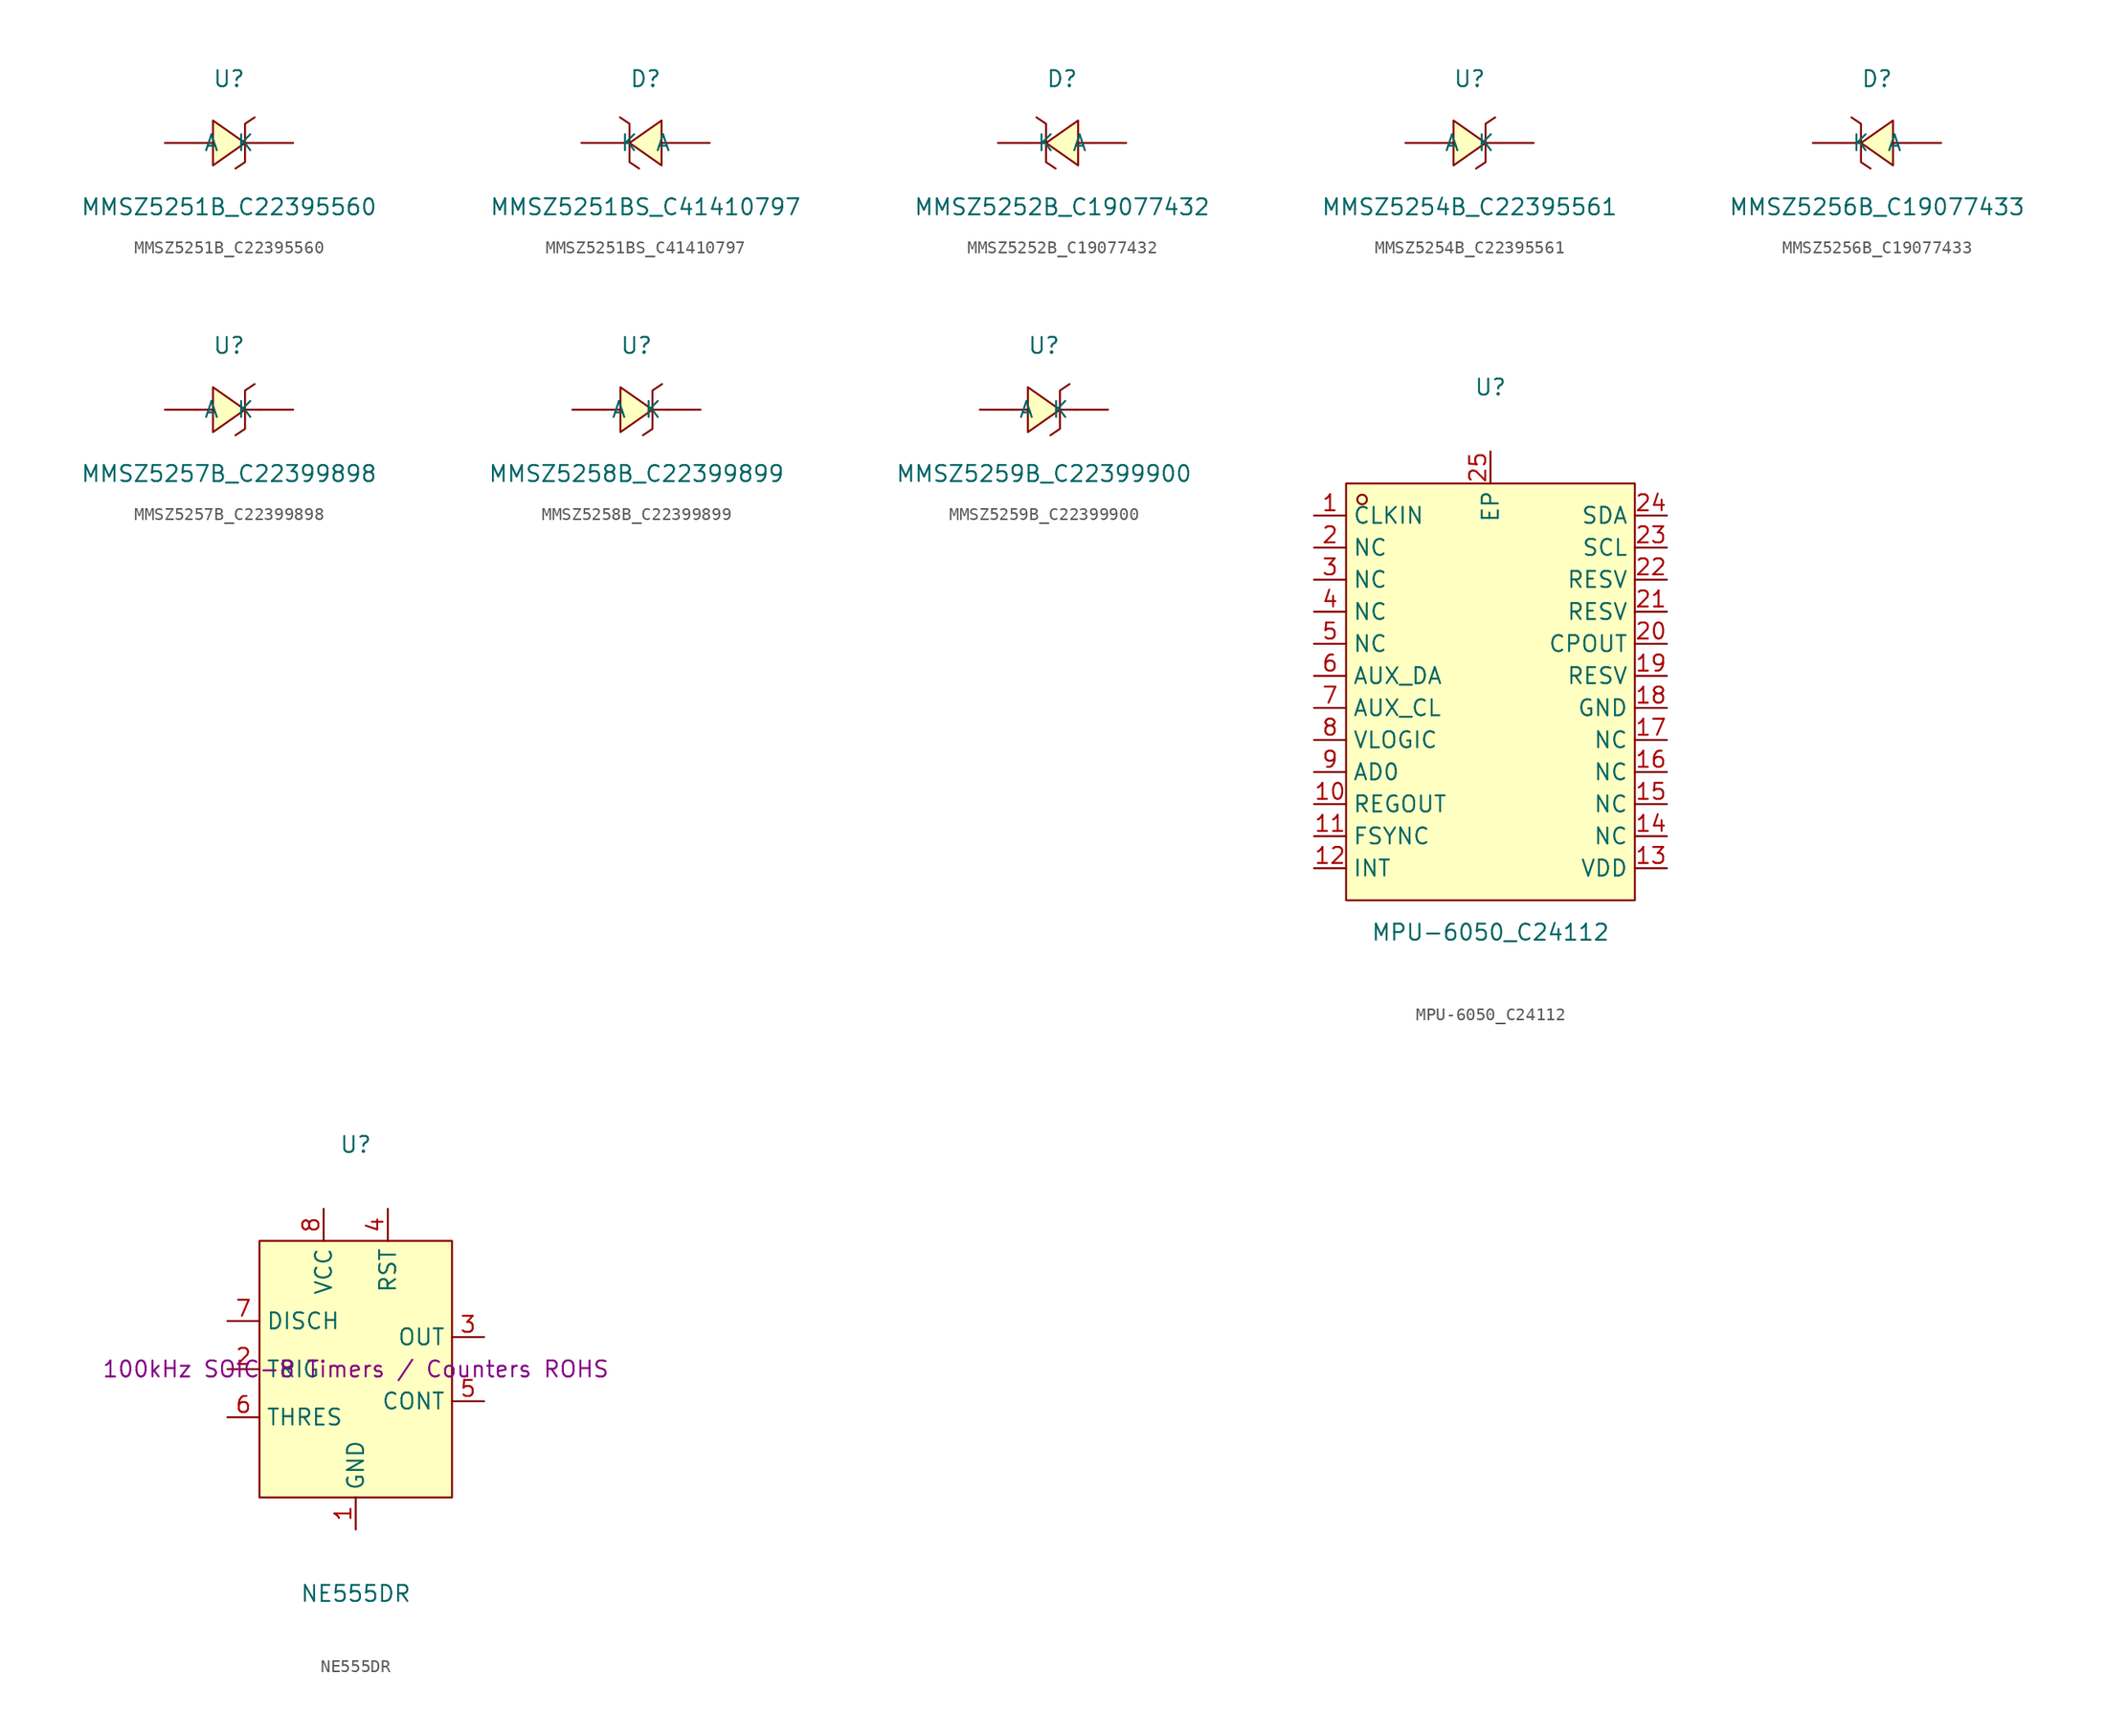
<source format=kicad_sym>
(kicad_symbol_lib
  (version 20241209)
  (generator "kicad_symbol_editor")
  (generator_version "9.0")
  (symbol "MMSZ5251B_C22395560"
    (pin_numbers
      (hide yes))
    (property "Reference" "U"
      (at 0 5.08 0)
      (effects (font (size 1.27 1.27))))
    (property "Value" "MMSZ5251B_C22395560"
      (at 0 -5.08 0)
      (effects (font (size 1.27 1.27))))
    (symbol "MMSZ5251B_C22395560_0_1"
      (polyline (pts (xy -2.54 0) (xy -1.27 0)) (stroke (width 0) (type default)) (fill (type none)))
      (polyline (pts (xy -1.27 1.78) (xy 1.27 0) (xy -1.27 -1.78) (xy -1.27 1.78)) (stroke (width 0) (type default)) (fill (type background)))
      (polyline (pts (xy 1.27 0) (xy 2.54 0)) (stroke (width 0) (type default)) (fill (type none)))
      (polyline (pts (xy 2.03 2.03) (xy 1.27 1.52) (xy 1.27 -1.52) (xy 0.51 -2.03)) (stroke (width 0) (type default)) (fill (type none)))
      (pin unspecified line (at -5.08 0 0) (length 2.54) (name "A" (effects (font (size 1.27 1.27)))) (number "1" (effects (font (size 1.27 1.27)))))
      (pin unspecified line (at 5.08 0 180) (length 2.54) (name "K" (effects (font (size 1.27 1.27)))) (number "2" (effects (font (size 1.27 1.27)))))))
  (symbol "MMSZ5251BS_C41410797"
    (pin_numbers
      (hide yes))
    (property "Reference" "D"
      (at 0 5.08 0)
      (effects (font (size 1.27 1.27))))
    (property "Value" "MMSZ5251BS_C41410797"
      (at 0 -5.08 0)
      (effects (font (size 1.27 1.27))))
    (symbol "MMSZ5251BS_C41410797_0_1"
      (polyline (pts (xy -2.03 2.03) (xy -1.27 1.52) (xy -1.27 -1.52) (xy -0.51 -2.03)) (stroke (width 0) (type default)) (fill (type none)))
      (polyline (pts (xy -1.27 0) (xy -2.54 0)) (stroke (width 0) (type default)) (fill (type none)))
      (polyline (pts (xy 1.27 1.78) (xy -1.27 0) (xy 1.27 -1.78) (xy 1.27 1.78)) (stroke (width 0) (type default)) (fill (type background)))
      (polyline (pts (xy 2.54 0) (xy 1.27 0)) (stroke (width 0) (type default)) (fill (type none)))
      (pin unspecified line (at -5.08 0 0) (length 2.54) (name "K" (effects (font (size 1.27 1.27)))) (number "1" (effects (font (size 1.27 1.27)))))
      (pin unspecified line (at 5.08 0 180) (length 2.54) (name "A" (effects (font (size 1.27 1.27)))) (number "2" (effects (font (size 1.27 1.27)))))))
  (symbol "MMSZ5252B_C19077432"
    (pin_numbers
      (hide yes))
    (property "Reference" "D"
      (at 0 5.08 0)
      (effects (font (size 1.27 1.27))))
    (property "Value" "MMSZ5252B_C19077432"
      (at 0 -5.08 0)
      (effects (font (size 1.27 1.27))))
    (symbol "MMSZ5252B_C19077432_0_1"
      (polyline (pts (xy -2.03 2.03) (xy -1.27 1.52) (xy -1.27 -1.52) (xy -0.51 -2.03)) (stroke (width 0) (type default)) (fill (type none)))
      (polyline (pts (xy -1.27 0) (xy -2.54 0)) (stroke (width 0) (type default)) (fill (type none)))
      (polyline (pts (xy 1.27 1.78) (xy -1.27 0) (xy 1.27 -1.78) (xy 1.27 1.78)) (stroke (width 0) (type default)) (fill (type background)))
      (polyline (pts (xy 2.54 0) (xy 1.27 0)) (stroke (width 0) (type default)) (fill (type none)))
      (pin unspecified line (at -5.08 0 0) (length 2.54) (name "K" (effects (font (size 1.27 1.27)))) (number "1" (effects (font (size 1.27 1.27)))))
      (pin unspecified line (at 5.08 0 180) (length 2.54) (name "A" (effects (font (size 1.27 1.27)))) (number "2" (effects (font (size 1.27 1.27)))))))
  (symbol "MMSZ5254B_C22395561"
    (pin_numbers
      (hide yes))
    (property "Reference" "U"
      (at 0 5.08 0)
      (effects (font (size 1.27 1.27))))
    (property "Value" "MMSZ5254B_C22395561"
      (at 0 -5.08 0)
      (effects (font (size 1.27 1.27))))
    (symbol "MMSZ5254B_C22395561_0_1"
      (polyline (pts (xy -2.54 0) (xy -1.27 0)) (stroke (width 0) (type default)) (fill (type none)))
      (polyline (pts (xy -1.27 1.78) (xy 1.27 0) (xy -1.27 -1.78) (xy -1.27 1.78)) (stroke (width 0) (type default)) (fill (type background)))
      (polyline (pts (xy 1.27 0) (xy 2.54 0)) (stroke (width 0) (type default)) (fill (type none)))
      (polyline (pts (xy 2.03 2.03) (xy 1.27 1.52) (xy 1.27 -1.52) (xy 0.51 -2.03)) (stroke (width 0) (type default)) (fill (type none)))
      (pin unspecified line (at -5.08 0 0) (length 2.54) (name "A" (effects (font (size 1.27 1.27)))) (number "1" (effects (font (size 1.27 1.27)))))
      (pin unspecified line (at 5.08 0 180) (length 2.54) (name "K" (effects (font (size 1.27 1.27)))) (number "2" (effects (font (size 1.27 1.27)))))))
  (symbol "MMSZ5256B_C19077433"
    (pin_numbers
      (hide yes))
    (property "Reference" "D"
      (at 0 5.08 0)
      (effects (font (size 1.27 1.27))))
    (property "Value" "MMSZ5256B_C19077433"
      (at 0 -5.08 0)
      (effects (font (size 1.27 1.27))))
    (symbol "MMSZ5256B_C19077433_0_1"
      (polyline (pts (xy -2.03 2.03) (xy -1.27 1.52) (xy -1.27 -1.52) (xy -0.51 -2.03)) (stroke (width 0) (type default)) (fill (type none)))
      (polyline (pts (xy -1.27 0) (xy -2.54 0)) (stroke (width 0) (type default)) (fill (type none)))
      (polyline (pts (xy 1.27 1.78) (xy -1.27 0) (xy 1.27 -1.78) (xy 1.27 1.78)) (stroke (width 0) (type default)) (fill (type background)))
      (polyline (pts (xy 2.54 0) (xy 1.27 0)) (stroke (width 0) (type default)) (fill (type none)))
      (pin unspecified line (at -5.08 0 0) (length 2.54) (name "K" (effects (font (size 1.27 1.27)))) (number "1" (effects (font (size 1.27 1.27)))))
      (pin unspecified line (at 5.08 0 180) (length 2.54) (name "A" (effects (font (size 1.27 1.27)))) (number "2" (effects (font (size 1.27 1.27)))))))
  (symbol "MMSZ5257B_C22399898"
    (pin_numbers
      (hide yes))
    (property "Reference" "U"
      (at 0 5.08 0)
      (effects (font (size 1.27 1.27))))
    (property "Value" "MMSZ5257B_C22399898"
      (at 0 -5.08 0)
      (effects (font (size 1.27 1.27))))
    (symbol "MMSZ5257B_C22399898_0_1"
      (polyline (pts (xy -2.54 0) (xy -1.27 0)) (stroke (width 0) (type default)) (fill (type none)))
      (polyline (pts (xy -1.27 1.78) (xy 1.27 0) (xy -1.27 -1.78) (xy -1.27 1.78)) (stroke (width 0) (type default)) (fill (type background)))
      (polyline (pts (xy 1.27 0) (xy 2.54 0)) (stroke (width 0) (type default)) (fill (type none)))
      (polyline (pts (xy 2.03 2.03) (xy 1.27 1.52) (xy 1.27 -1.52) (xy 0.51 -2.03)) (stroke (width 0) (type default)) (fill (type none)))
      (pin unspecified line (at -5.08 0 0) (length 2.54) (name "A" (effects (font (size 1.27 1.27)))) (number "1" (effects (font (size 1.27 1.27)))))
      (pin unspecified line (at 5.08 0 180) (length 2.54) (name "K" (effects (font (size 1.27 1.27)))) (number "2" (effects (font (size 1.27 1.27)))))))
  (symbol "MMSZ5258B_C22399899"
    (pin_numbers
      (hide yes))
    (property "Reference" "U"
      (at 0 5.08 0)
      (effects (font (size 1.27 1.27))))
    (property "Value" "MMSZ5258B_C22399899"
      (at 0 -5.08 0)
      (effects (font (size 1.27 1.27))))
    (symbol "MMSZ5258B_C22399899_0_1"
      (polyline (pts (xy -2.54 0) (xy -1.27 0)) (stroke (width 0) (type default)) (fill (type none)))
      (polyline (pts (xy -1.27 1.78) (xy 1.27 0) (xy -1.27 -1.78) (xy -1.27 1.78)) (stroke (width 0) (type default)) (fill (type background)))
      (polyline (pts (xy 1.27 0) (xy 2.54 0)) (stroke (width 0) (type default)) (fill (type none)))
      (polyline (pts (xy 2.03 2.03) (xy 1.27 1.52) (xy 1.27 -1.52) (xy 0.51 -2.03)) (stroke (width 0) (type default)) (fill (type none)))
      (pin unspecified line (at -5.08 0 0) (length 2.54) (name "A" (effects (font (size 1.27 1.27)))) (number "1" (effects (font (size 1.27 1.27)))))
      (pin unspecified line (at 5.08 0 180) (length 2.54) (name "K" (effects (font (size 1.27 1.27)))) (number "2" (effects (font (size 1.27 1.27)))))))
  (symbol "MMSZ5259B_C22399900"
    (pin_numbers
      (hide yes))
    (property "Reference" "U"
      (at 0 5.08 0)
      (effects (font (size 1.27 1.27))))
    (property "Value" "MMSZ5259B_C22399900"
      (at 0 -5.08 0)
      (effects (font (size 1.27 1.27))))
    (symbol "MMSZ5259B_C22399900_0_1"
      (polyline (pts (xy -2.54 0) (xy -1.27 0)) (stroke (width 0) (type default)) (fill (type none)))
      (polyline (pts (xy -1.27 1.78) (xy 1.27 0) (xy -1.27 -1.78) (xy -1.27 1.78)) (stroke (width 0) (type default)) (fill (type background)))
      (polyline (pts (xy 1.27 0) (xy 2.54 0)) (stroke (width 0) (type default)) (fill (type none)))
      (polyline (pts (xy 2.03 2.03) (xy 1.27 1.52) (xy 1.27 -1.52) (xy 0.51 -2.03)) (stroke (width 0) (type default)) (fill (type none)))
      (pin unspecified line (at -5.08 0 0) (length 2.54) (name "A" (effects (font (size 1.27 1.27)))) (number "1" (effects (font (size 1.27 1.27)))))
      (pin unspecified line (at 5.08 0 180) (length 2.54) (name "K" (effects (font (size 1.27 1.27)))) (number "2" (effects (font (size 1.27 1.27)))))))
  (symbol "MPU-6050_C24112"
    (property "Reference" "U"
      (at 0 24.13 0)
      (effects (font (size 1.27 1.27))))
    (property "Value" "MPU-6050_C24112"
      (at 0 -19.05 0)
      (effects (font (size 1.27 1.27))))
    (symbol "MPU-6050_C24112_0_1"
      (rectangle (start -11.43 16.51) (end 11.43 -16.51) (stroke (width 0) (type default)) (fill (type background)))
      (circle (center -10.16 15.24) (radius 0.38) (stroke (width 0) (type default)) (fill (type none)))
      (pin unspecified line (at -13.97 13.97 0) (length 2.54) (name "CLKIN" (effects (font (size 1.27 1.27)))) (number "1" (effects (font (size 1.27 1.27)))))
      (pin unspecified line (at -13.97 11.43 0) (length 2.54) (name "NC" (effects (font (size 1.27 1.27)))) (number "2" (effects (font (size 1.27 1.27)))))
      (pin unspecified line (at -13.97 8.89 0) (length 2.54) (name "NC" (effects (font (size 1.27 1.27)))) (number "3" (effects (font (size 1.27 1.27)))))
      (pin unspecified line (at -13.97 6.35 0) (length 2.54) (name "NC" (effects (font (size 1.27 1.27)))) (number "4" (effects (font (size 1.27 1.27)))))
      (pin unspecified line (at -13.97 3.81 0) (length 2.54) (name "NC" (effects (font (size 1.27 1.27)))) (number "5" (effects (font (size 1.27 1.27)))))
      (pin unspecified line (at -13.97 1.27 0) (length 2.54) (name "AUX_DA" (effects (font (size 1.27 1.27)))) (number "6" (effects (font (size 1.27 1.27)))))
      (pin unspecified line (at -13.97 -1.27 0) (length 2.54) (name "AUX_CL" (effects (font (size 1.27 1.27)))) (number "7" (effects (font (size 1.27 1.27)))))
      (pin unspecified line (at -13.97 -3.81 0) (length 2.54) (name "VLOGIC" (effects (font (size 1.27 1.27)))) (number "8" (effects (font (size 1.27 1.27)))))
      (pin unspecified line (at -13.97 -6.35 0) (length 2.54) (name "AD0" (effects (font (size 1.27 1.27)))) (number "9" (effects (font (size 1.27 1.27)))))
      (pin unspecified line (at -13.97 -8.89 0) (length 2.54) (name "REGOUT" (effects (font (size 1.27 1.27)))) (number "10" (effects (font (size 1.27 1.27)))))
      (pin unspecified line (at -13.97 -11.43 0) (length 2.54) (name "FSYNC" (effects (font (size 1.27 1.27)))) (number "11" (effects (font (size 1.27 1.27)))))
      (pin unspecified line (at -13.97 -13.97 0) (length 2.54) (name "INT" (effects (font (size 1.27 1.27)))) (number "12" (effects (font (size 1.27 1.27)))))
      (pin unspecified line (at 0 19.05 270) (length 2.54) (name "EP" (effects (font (size 1.27 1.27)))) (number "25" (effects (font (size 1.27 1.27)))))
      (pin unspecified line (at 13.97 13.97 180) (length 2.54) (name "SDA" (effects (font (size 1.27 1.27)))) (number "24" (effects (font (size 1.27 1.27)))))
      (pin unspecified line (at 13.97 11.43 180) (length 2.54) (name "SCL" (effects (font (size 1.27 1.27)))) (number "23" (effects (font (size 1.27 1.27)))))
      (pin unspecified line (at 13.97 8.89 180) (length 2.54) (name "RESV" (effects (font (size 1.27 1.27)))) (number "22" (effects (font (size 1.27 1.27)))))
      (pin unspecified line (at 13.97 6.35 180) (length 2.54) (name "RESV" (effects (font (size 1.27 1.27)))) (number "21" (effects (font (size 1.27 1.27)))))
      (pin unspecified line (at 13.97 3.81 180) (length 2.54) (name "CPOUT" (effects (font (size 1.27 1.27)))) (number "20" (effects (font (size 1.27 1.27)))))
      (pin unspecified line (at 13.97 1.27 180) (length 2.54) (name "RESV" (effects (font (size 1.27 1.27)))) (number "19" (effects (font (size 1.27 1.27)))))
      (pin unspecified line (at 13.97 -1.27 180) (length 2.54) (name "GND" (effects (font (size 1.27 1.27)))) (number "18" (effects (font (size 1.27 1.27)))))
      (pin unspecified line (at 13.97 -3.81 180) (length 2.54) (name "NC" (effects (font (size 1.27 1.27)))) (number "17" (effects (font (size 1.27 1.27)))))
      (pin unspecified line (at 13.97 -6.35 180) (length 2.54) (name "NC" (effects (font (size 1.27 1.27)))) (number "16" (effects (font (size 1.27 1.27)))))
      (pin unspecified line (at 13.97 -8.89 180) (length 2.54) (name "NC" (effects (font (size 1.27 1.27)))) (number "15" (effects (font (size 1.27 1.27)))))
      (pin unspecified line (at 13.97 -11.43 180) (length 2.54) (name "NC" (effects (font (size 1.27 1.27)))) (number "14" (effects (font (size 1.27 1.27)))))
      (pin unspecified line (at 13.97 -13.97 180) (length 2.54) (name "VDD" (effects (font (size 1.27 1.27)))) (number "13" (effects (font (size 1.27 1.27)))))))
  (symbol "NE555DR"
    (property "Reference" "U"
      (at 0 17.78 0)
      (effects (font (size 1.27 1.27))))
    (property "Value" "NE555DR"
      (at 0 -17.78 0)
      (effects (font (size 1.27 1.27))))
    (property "Description" "100kHz SOIC-8 Timers / Counters ROHS"
      (at 0 0 0)
      (effects (font (size 1.27 1.27))))
    (symbol "NE555DR_0_1"
      (rectangle (start -7.62 10.16) (end 7.62 -10.16) (stroke (width 0) (type default)) (fill (type background)))
      (pin unspecified line (at -10.16 3.81 0) (length 2.54) (name "DISCH" (effects (font (size 1.27 1.27)))) (number "7" (effects (font (size 1.27 1.27)))))
      (pin unspecified line (at -10.16 0 0) (length 2.54) (name "TRIG" (effects (font (size 1.27 1.27)))) (number "2" (effects (font (size 1.27 1.27)))))
      (pin unspecified line (at -10.16 -3.81 0) (length 2.54) (name "THRES" (effects (font (size 1.27 1.27)))) (number "6" (effects (font (size 1.27 1.27)))))
      (pin unspecified line (at -2.54 12.7 270) (length 2.54) (name "VCC" (effects (font (size 1.27 1.27)))) (number "8" (effects (font (size 1.27 1.27)))))
      (pin unspecified line (at 0 -12.7 90) (length 2.54) (name "GND" (effects (font (size 1.27 1.27)))) (number "1" (effects (font (size 1.27 1.27)))))
      (pin unspecified line (at 2.54 12.7 270) (length 2.54) (name "RST" (effects (font (size 1.27 1.27)))) (number "4" (effects (font (size 1.27 1.27)))))
      (pin unspecified line (at 10.16 2.54 180) (length 2.54) (name "OUT" (effects (font (size 1.27 1.27)))) (number "3" (effects (font (size 1.27 1.27)))))
      (pin unspecified line (at 10.16 -2.54 180) (length 2.54) (name "CONT" (effects (font (size 1.27 1.27)))) (number "5" (effects (font (size 1.27 1.27))))))))
</source>
